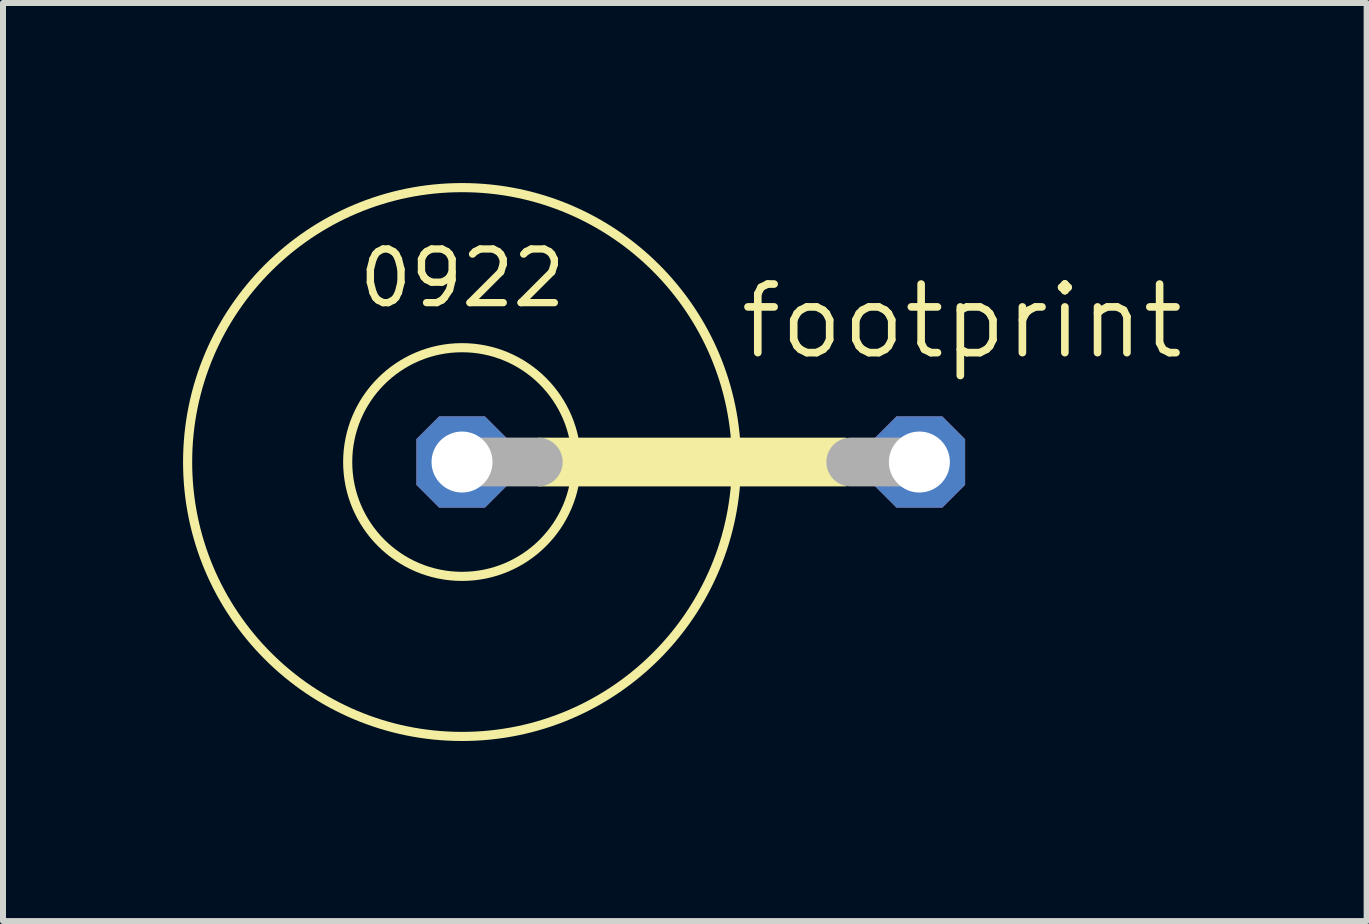
<source format=kicad_pcb>
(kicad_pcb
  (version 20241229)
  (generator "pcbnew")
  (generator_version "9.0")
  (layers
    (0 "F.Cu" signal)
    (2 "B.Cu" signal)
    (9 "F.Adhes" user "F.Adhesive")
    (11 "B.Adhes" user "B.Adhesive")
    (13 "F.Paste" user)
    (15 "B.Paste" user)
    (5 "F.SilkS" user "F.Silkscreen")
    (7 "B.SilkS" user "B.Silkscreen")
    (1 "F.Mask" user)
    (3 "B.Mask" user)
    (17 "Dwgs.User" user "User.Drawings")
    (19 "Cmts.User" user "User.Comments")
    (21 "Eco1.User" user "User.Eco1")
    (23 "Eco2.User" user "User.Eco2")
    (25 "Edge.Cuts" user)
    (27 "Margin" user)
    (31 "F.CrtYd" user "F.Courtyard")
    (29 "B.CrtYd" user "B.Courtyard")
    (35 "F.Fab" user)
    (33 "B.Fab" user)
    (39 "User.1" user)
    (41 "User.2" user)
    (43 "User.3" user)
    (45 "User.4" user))
  (footprint "footprint"
    (layer "F.Cu")
    (at 9.728 4.648)
    (property "Reference" "footprint" (at -0.508 -1.676 0) (layer "F.SilkS") (effects (font (size 1.143 1.143) (thickness 0.127)) (justify left bottom)))
    (fp_circle (center -5.08 0) (end -3.175 0) (stroke (width 0.152) (type solid)) (fill no) (layer "F.SilkS"))
    (fp_circle (center -5.08 0) (end -0.508 0) (stroke (width 0.152) (type solid)) (fill no) (layer "F.SilkS"))
    (fp_poly (pts (xy -3.81 0.406) (xy 1.321 0.406) (xy 1.321 -0.406) (xy -3.81 -0.406)) (stroke (width 0) (type solid)) (fill yes) (layer "F.SilkS"))
    (fp_line (start -5.08 0) (end -3.81 0) (stroke (width 0.813) (type solid)) (layer "F.Fab"))
    (fp_line (start 2.54 0) (end 1.397 0) (stroke (width 0.813) (type solid)) (layer "F.Fab"))
    (fp_text user "0922" (at -6.858 -2.54 0) (layer "F.SilkS") (effects (font (size 0.894 0.894) (thickness 0.122)) (justify left bottom)))
    (pad "1" thru_hole roundrect (at -5.08 0) (size 1.524 1.524) (drill 1.016) (layers "*.Cu" "*.Mask") (roundrect_rratio 0.25) (chamfer_ratio 0.25) (chamfer top_left top_right bottom_left bottom_right))
    (pad "2" thru_hole roundrect (at 2.54 0) (size 1.524 1.524) (drill 1.016) (layers "*.Cu" "*.Mask") (roundrect_rratio 0.25) (chamfer_ratio 0.25) (chamfer top_left top_right bottom_left bottom_right)))
  (gr_rect
    (start -3 -3)
    (end 19.72 12.296)
    (stroke (width 0.1) (type default))
    (fill no)
    (layer "Edge.Cuts")))
</source>
